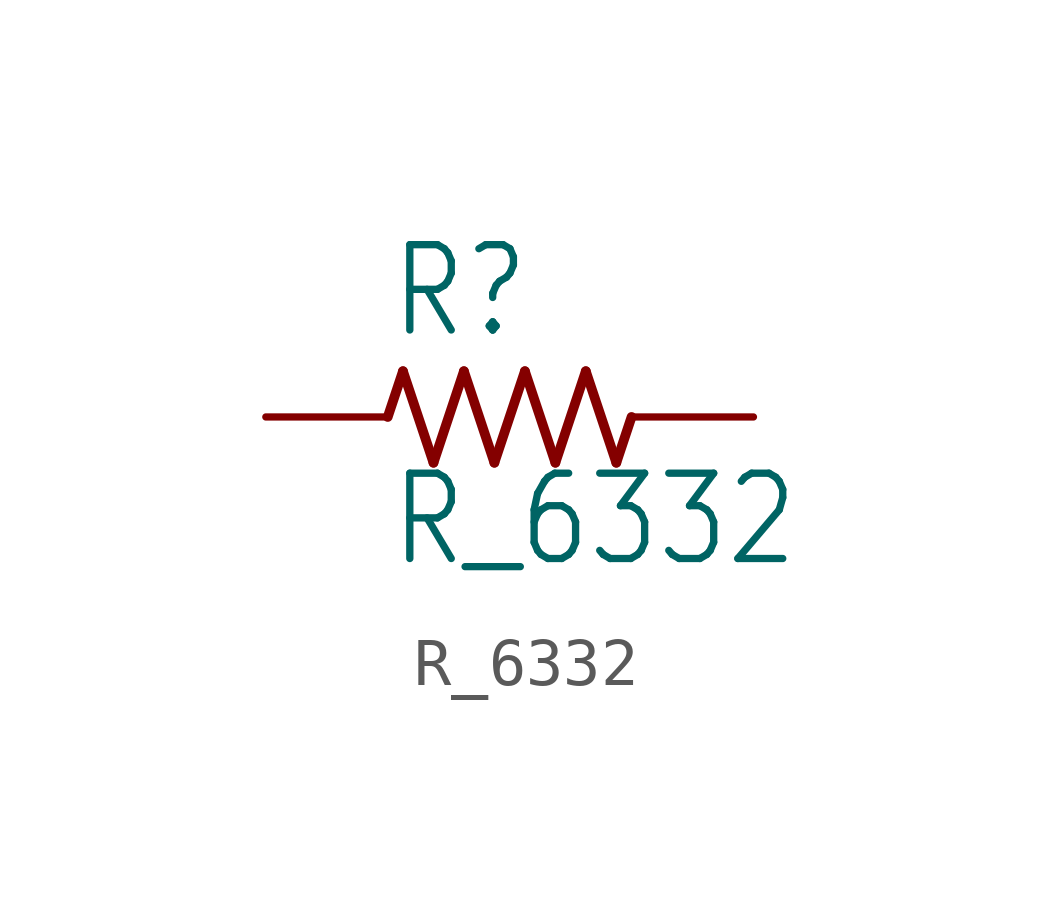
<source format=kicad_sym>
(kicad_symbol_lib
  (version 20220331)
  (generator kicad_symbol_editor)
  (symbol "R_6332"
    (property "Reference" "R"
      (at -2.54 1.587 0)
      (effects (font (size 1.778 1.511)) (justify left bottom)))
    (property "Value" "R_6332"
      (at -2.54 -3.175 0)
      (effects (font (size 1.778 1.511)) (justify left bottom)))
    (property "ki_locked" ""
      (at 0 0 0)
      (effects (font (size 1.27 1.27))))
    (symbol "R_6332_1_0"
      (polyline (pts (xy -2.54 0) (xy -2.223 0.953)) (stroke (width 0.203) (type solid)) (fill (type none)))
      (polyline (pts (xy -2.223 0.953) (xy -1.587 -0.953)) (stroke (width 0.203) (type solid)) (fill (type none)))
      (polyline (pts (xy -1.587 -0.953) (xy -0.953 0.953)) (stroke (width 0.203) (type solid)) (fill (type none)))
      (polyline (pts (xy -0.953 0.953) (xy -0.318 -0.953)) (stroke (width 0.203) (type solid)) (fill (type none)))
      (polyline (pts (xy -0.318 -0.953) (xy 0.318 0.953)) (stroke (width 0.203) (type solid)) (fill (type none)))
      (polyline (pts (xy 0.318 0.953) (xy 0.953 -0.953)) (stroke (width 0.203) (type solid)) (fill (type none)))
      (polyline (pts (xy 0.953 -0.953) (xy 1.587 0.953)) (stroke (width 0.203) (type solid)) (fill (type none)))
      (polyline (pts (xy 1.587 0.953) (xy 2.223 -0.953)) (stroke (width 0.203) (type solid)) (fill (type none)))
      (polyline (pts (xy 2.223 -0.953) (xy 2.54 0)) (stroke (width 0.203) (type solid)) (fill (type none)))
      (pin passive line (at -5.08 0 0) (length 2.54) (name "1" (effects (font (size 0 0)))) (number "1" (effects (font (size 0 0)))))
      (pin passive line (at 5.08 0 180) (length 2.54) (name "2" (effects (font (size 0 0)))) (number "2" (effects (font (size 0 0))))))))
</source>
